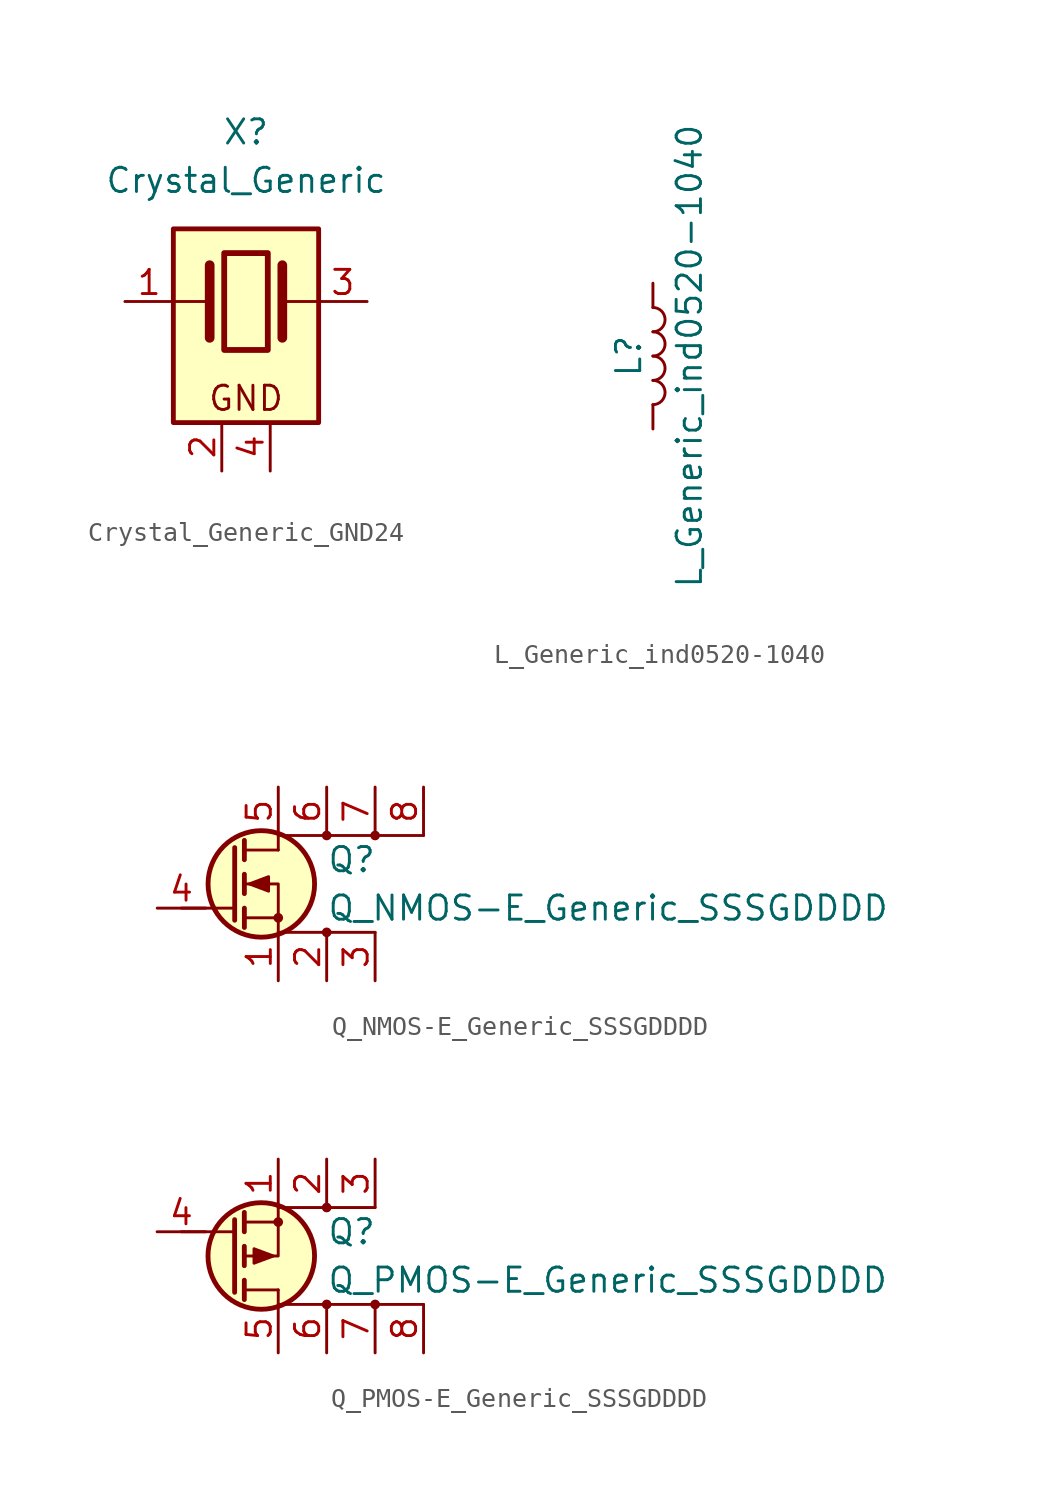
<source format=kicad_sym>
(kicad_symbol_lib
  (version 20231120)
  (generator "kicad_symbol_editor")
  (generator_version "8.0")
  (symbol "Crystal_Generic_GND24"
    (pin_names
      (offset 1.016) hide)
    (property "Reference" "X"
      (at 0 8.89 0)
      (effects (font (size 1.27 1.27))))
    (property "Value" "Crystal_Generic"
      (at 0 6.35 0)
      (effects (font (size 1.27 1.27))))
    (symbol "Crystal_Generic_GND24_0_1"
      (rectangle (start -3.81 3.81) (end 3.81 -6.35) (stroke (width 0.254) (type default)) (fill (type background)))
      (rectangle (start -1.143 2.54) (end 1.143 -2.54) (stroke (width 0.305) (type default)) (fill (type none)))
      (polyline (pts (xy -3.81 0) (xy -1.905 0)) (stroke (width 0) (type default)) (fill (type none)))
      (polyline (pts (xy -1.905 -1.905) (xy -1.905 1.905)) (stroke (width 0.508) (type default)) (fill (type none)))
      (polyline (pts (xy 1.905 -1.905) (xy 1.905 1.905)) (stroke (width 0.508) (type default)) (fill (type none)))
      (polyline (pts (xy 3.81 0) (xy 1.905 0)) (stroke (width 0) (type default)) (fill (type none)))
      (text "GND" (at 0 -5.08 0) (effects (font (size 1.27 1.27)))))
    (symbol "Crystal_Generic_GND24_1_1"
      (pin passive line (at -6.35 0 0) (length 2.54) (name "1" (effects (font (size 1.27 1.27)))) (number "1" (effects (font (size 1.27 1.27)))))
      (pin passive line (at -1.27 -8.89 90) (length 2.54) (name "2" (effects (font (size 1.27 1.27)))) (number "2" (effects (font (size 1.27 1.27)))))
      (pin passive line (at 6.35 0 180) (length 2.54) (name "3" (effects (font (size 1.27 1.27)))) (number "3" (effects (font (size 1.27 1.27)))))
      (pin passive line (at 1.27 -8.89 90) (length 2.54) (name "4" (effects (font (size 1.27 1.27)))) (number "4" (effects (font (size 1.27 1.27)))))))
  (symbol "L_Generic_ind0520-1040"
    (pin_numbers hide)
    (pin_names
      (offset 1.016) hide)
    (property "Reference" "L"
      (at -1.27 0 90)
      (effects (font (size 1.27 1.27))))
    (property "Value" "L_Generic_ind0520-1040"
      (at 1.905 0 90)
      (effects (font (size 1.27 1.27))))
    (symbol "L_Generic_ind0520-1040_0_1"
      (arc (start 0 -2.54) (mid 0.6323 -1.905) (end 0 -1.27) (stroke (width 0) (type default)) (fill (type none)))
      (arc (start 0 -1.27) (mid 0.6323 -0.635) (end 0 0) (stroke (width 0) (type default)) (fill (type none)))
      (arc (start 0 0) (mid 0.6323 0.635) (end 0 1.27) (stroke (width 0) (type default)) (fill (type none)))
      (arc (start 0 1.27) (mid 0.6323 1.905) (end 0 2.54) (stroke (width 0) (type default)) (fill (type none))))
    (symbol "L_Generic_ind0520-1040_1_1"
      (pin passive line (at 0 3.81 270) (length 1.27) (name "1" (effects (font (size 1.27 1.27)))) (number "1" (effects (font (size 1.27 1.27)))))
      (pin passive line (at 0 -3.81 90) (length 1.27) (name "2" (effects (font (size 1.27 1.27)))) (number "2" (effects (font (size 1.27 1.27)))))))
  (symbol "Q_NMOS-E_Generic_SSSGDDDD"
    (pin_names hide)
    (property "Reference" "Q"
      (at 5.08 1.27 0)
      (effects (font (size 1.27 1.27)) (justify left)))
    (property "Value" "Q_NMOS-E_Generic_SSSGDDDD"
      (at 5.08 -1.27 0)
      (effects (font (size 1.27 1.27)) (justify left)))
    (symbol "Q_NMOS-E_Generic_SSSGDDDD_0_1"
      (polyline (pts (xy 0.254 -1.27) (xy -2.54 -1.27)) (stroke (width 0) (type default)) (fill (type none)))
      (polyline (pts (xy 0.254 1.905) (xy 0.254 -1.905)) (stroke (width 0.254) (type default)) (fill (type none)))
      (polyline (pts (xy 0.762 -1.778) (xy 2.54 -1.778)) (stroke (width 0) (type default)) (fill (type none)))
      (polyline (pts (xy 0.762 -1.27) (xy 0.762 -2.286)) (stroke (width 0.254) (type default)) (fill (type none)))
      (polyline (pts (xy 0.762 0.508) (xy 0.762 -0.508)) (stroke (width 0.254) (type default)) (fill (type none)))
      (polyline (pts (xy 0.762 2.286) (xy 0.762 1.27)) (stroke (width 0.254) (type default)) (fill (type none)))
      (polyline (pts (xy 2.54 1.778) (xy 0.762 1.778)) (stroke (width 0) (type default)) (fill (type none)))
      (polyline (pts (xy 2.54 2.54) (xy 2.54 1.778)) (stroke (width 0) (type default)) (fill (type none)))
      (polyline (pts (xy 7.62 -2.54) (xy 2.54 -2.54)) (stroke (width 0) (type default)) (fill (type none)))
      (polyline (pts (xy 10.16 2.54) (xy 2.54 2.54)) (stroke (width 0) (type default)) (fill (type none)))
      (polyline (pts (xy 2.54 -2.54) (xy 2.54 0) (xy 0.762 0)) (stroke (width 0) (type default)) (fill (type none)))
      (polyline (pts (xy 1.016 0) (xy 2.032 0.381) (xy 2.032 -0.381) (xy 1.016 0)) (stroke (width 0) (type default)) (fill (type outline)))
      (circle (center 1.651 0) (radius 2.794) (stroke (width 0.254) (type default)) (fill (type background)))
      (circle (center 2.54 -1.778) (radius 0.178) (stroke (width 0) (type default)) (fill (type outline)))
      (circle (center 5.08 2.54) (radius 0.178) (stroke (width 0) (type default)) (fill (type outline))))
    (symbol "Q_NMOS-E_Generic_SSSGDDDD_1_1"
      (circle (center 5.08 -2.54) (radius 0.178) (stroke (width 0) (type default)) (fill (type outline)))
      (circle (center 7.62 2.54) (radius 0.178) (stroke (width 0) (type default)) (fill (type outline)))
      (pin passive line (at 2.54 -5.08 90) (length 2.54) (name "S" (effects (font (size 1.27 1.27)))) (number "1" (effects (font (size 1.27 1.27)))))
      (pin passive line (at 5.08 -5.08 90) (length 2.54) (name "S" (effects (font (size 1.27 1.27)))) (number "2" (effects (font (size 1.27 1.27)))))
      (pin passive line (at 7.62 -5.08 90) (length 2.54) (name "S" (effects (font (size 1.27 1.27)))) (number "3" (effects (font (size 1.27 1.27)))))
      (pin input line (at -3.81 -1.27 0) (length 2.54) (name "G" (effects (font (size 1.27 1.27)))) (number "4" (effects (font (size 1.27 1.27)))))
      (pin passive line (at 2.54 5.08 270) (length 2.54) (name "D" (effects (font (size 1.27 1.27)))) (number "5" (effects (font (size 1.27 1.27)))))
      (pin passive line (at 5.08 5.08 270) (length 2.54) (name "D" (effects (font (size 1.27 1.27)))) (number "6" (effects (font (size 1.27 1.27)))))
      (pin passive line (at 7.62 5.08 270) (length 2.54) (name "D" (effects (font (size 1.27 1.27)))) (number "7" (effects (font (size 1.27 1.27)))))
      (pin passive line (at 10.16 5.08 270) (length 2.54) (name "D" (effects (font (size 1.27 1.27)))) (number "8" (effects (font (size 1.27 1.27)))))))
  (symbol "Q_PMOS-E_Generic_SSSGDDDD"
    (pin_names hide)
    (property "Reference" "Q"
      (at 5.08 1.27 0)
      (effects (font (size 1.27 1.27)) (justify left)))
    (property "Value" "Q_PMOS-E_Generic_SSSGDDDD"
      (at 5.08 -1.27 0)
      (effects (font (size 1.27 1.27)) (justify left)))
    (symbol "Q_PMOS-E_Generic_SSSGDDDD_0_1"
      (polyline (pts (xy 0.254 -1.905) (xy 0.254 1.905)) (stroke (width 0.254) (type default)) (fill (type none)))
      (polyline (pts (xy 0.254 1.27) (xy -2.54 1.27)) (stroke (width 0) (type default)) (fill (type none)))
      (polyline (pts (xy 0.762 -2.286) (xy 0.762 -1.27)) (stroke (width 0.254) (type default)) (fill (type none)))
      (polyline (pts (xy 0.762 -1.778) (xy 2.54 -1.778)) (stroke (width 0) (type default)) (fill (type none)))
      (polyline (pts (xy 0.762 -0.508) (xy 0.762 0.508)) (stroke (width 0.254) (type default)) (fill (type none)))
      (polyline (pts (xy 0.762 1.27) (xy 0.762 2.286)) (stroke (width 0.254) (type default)) (fill (type none)))
      (polyline (pts (xy 0.762 1.778) (xy 2.54 1.778)) (stroke (width 0) (type default)) (fill (type none)))
      (polyline (pts (xy 2.54 -2.54) (xy 2.54 -1.778)) (stroke (width 0) (type default)) (fill (type none)))
      (polyline (pts (xy 2.54 2.54) (xy 7.62 2.54)) (stroke (width 0) (type default)) (fill (type none)))
      (polyline (pts (xy 7.62 -2.54) (xy 2.54 -2.54)) (stroke (width 0) (type default)) (fill (type none)))
      (polyline (pts (xy 7.62 -2.54) (xy 10.16 -2.54)) (stroke (width 0) (type default)) (fill (type none)))
      (polyline (pts (xy 2.54 2.54) (xy 2.54 0) (xy 0.762 0)) (stroke (width 0) (type default)) (fill (type none)))
      (polyline (pts (xy 2.286 0) (xy 1.27 -0.381) (xy 1.27 0.381) (xy 2.286 0)) (stroke (width 0) (type default)) (fill (type outline)))
      (circle (center 5.08 -2.54) (radius 0.178) (stroke (width 0) (type default)) (fill (type outline)))
      (circle (center 5.08 2.54) (radius 0.178) (stroke (width 0) (type default)) (fill (type outline)))
      (circle (center 7.62 -2.54) (radius 0.178) (stroke (width 0) (type default)) (fill (type outline))))
    (symbol "Q_PMOS-E_Generic_SSSGDDDD_1_1"
      (circle (center 1.651 0) (radius 2.794) (stroke (width 0.254) (type default)) (fill (type background)))
      (circle (center 2.54 1.778) (radius 0.178) (stroke (width 0) (type default)) (fill (type outline)))
      (pin passive line (at 2.54 5.08 270) (length 2.54) (name "S" (effects (font (size 1.27 1.27)))) (number "1" (effects (font (size 1.27 1.27)))))
      (pin passive line (at 5.08 5.08 270) (length 2.54) (name "S" (effects (font (size 1.27 1.27)))) (number "2" (effects (font (size 1.27 1.27)))))
      (pin passive line (at 7.62 5.08 270) (length 2.54) (name "S" (effects (font (size 1.27 1.27)))) (number "3" (effects (font (size 1.27 1.27)))))
      (pin input line (at -3.81 1.27 0) (length 2.54) (name "G" (effects (font (size 1.27 1.27)))) (number "4" (effects (font (size 1.27 1.27)))))
      (pin passive line (at 2.54 -5.08 90) (length 2.54) (name "D" (effects (font (size 1.27 1.27)))) (number "5" (effects (font (size 1.27 1.27)))))
      (pin passive line (at 5.08 -5.08 90) (length 2.54) (name "D" (effects (font (size 1.27 1.27)))) (number "6" (effects (font (size 1.27 1.27)))))
      (pin passive line (at 7.62 -5.08 90) (length 2.54) (name "D" (effects (font (size 1.27 1.27)))) (number "7" (effects (font (size 1.27 1.27)))))
      (pin passive line (at 10.16 -5.08 90) (length 2.54) (name "D" (effects (font (size 1.27 1.27)))) (number "8" (effects (font (size 1.27 1.27))))))))
</source>
